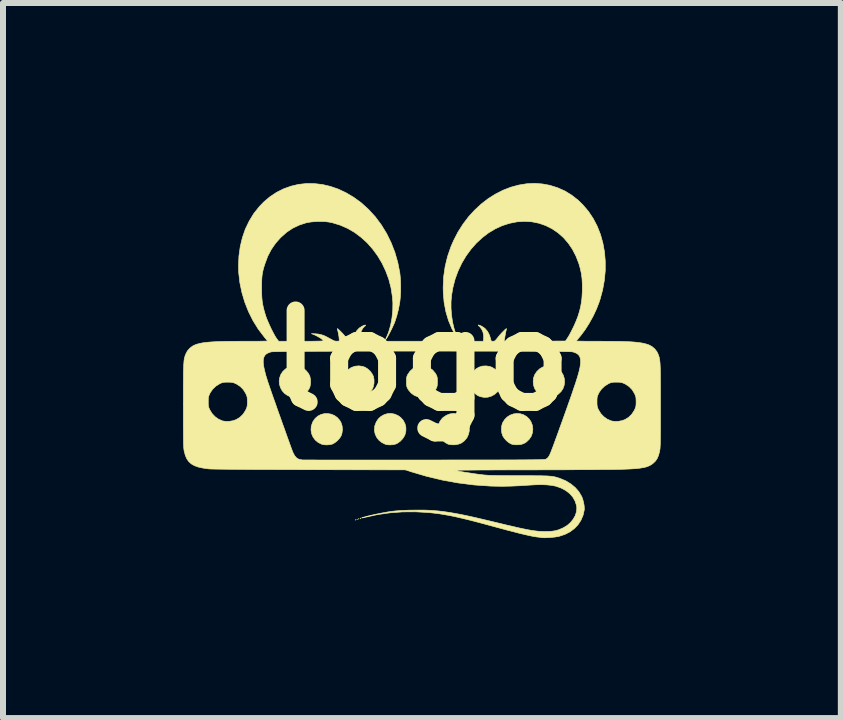
<source format=kicad_pcb>
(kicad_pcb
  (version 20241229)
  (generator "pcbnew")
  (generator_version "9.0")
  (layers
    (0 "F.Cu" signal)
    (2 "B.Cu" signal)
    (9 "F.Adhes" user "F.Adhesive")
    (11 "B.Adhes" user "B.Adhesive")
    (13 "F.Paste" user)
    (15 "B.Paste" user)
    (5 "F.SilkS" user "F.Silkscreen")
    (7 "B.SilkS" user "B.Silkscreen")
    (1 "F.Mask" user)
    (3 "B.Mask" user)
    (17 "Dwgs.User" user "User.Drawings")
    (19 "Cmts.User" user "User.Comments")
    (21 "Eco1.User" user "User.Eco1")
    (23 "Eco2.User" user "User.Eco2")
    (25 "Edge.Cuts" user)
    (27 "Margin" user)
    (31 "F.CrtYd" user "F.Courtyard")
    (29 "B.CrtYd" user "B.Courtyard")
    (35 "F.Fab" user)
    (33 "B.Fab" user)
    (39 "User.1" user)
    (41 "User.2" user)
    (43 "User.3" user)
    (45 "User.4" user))
  (footprint "logo"
    (layer "F.Cu")
    (at 3.98 2.958)
    (property "Reference" "logo" (at 0 0 0) (layer "F.SilkS") (effects (font (size 1.524 1.524) (thickness 0.3))))
    (attr through_hole)
    (fp_poly (pts (xy -1.101 2.654) (xy -1.105 2.659) (xy -1.109 2.654) (xy -1.105 2.65) (xy -1.101 2.654)) (stroke (width 0.01) (type solid)) (fill yes) (layer "F.SilkS"))
    (fp_poly (pts (xy -1.075 2.646) (xy -1.079 2.65) (xy -1.084 2.646) (xy -1.079 2.642) (xy -1.075 2.646)) (stroke (width 0.01) (type solid)) (fill yes) (layer "F.SilkS"))
    (fp_poly (pts (xy -1.05 2.637) (xy -1.054 2.642) (xy -1.058 2.637) (xy -1.054 2.633) (xy -1.05 2.637)) (stroke (width 0.01) (type solid)) (fill yes) (layer "F.SilkS"))
    (fp_poly (pts (xy -1.019 2.627) (xy -1.02 2.633) (xy -1.024 2.633) (xy -1.031 2.63) (xy -1.03 2.627) (xy -1.02 2.626) (xy -1.019 2.627)) (stroke (width 0.01) (type solid)) (fill yes) (layer "F.SilkS"))
    (fp_poly (pts (xy -0.991 0.096) (xy -0.95 0.11) (xy -0.907 0.136) (xy -0.866 0.173) (xy -0.832 0.217) (xy -0.809 0.261) (xy -0.808 0.263) (xy -0.798 0.318) (xy -0.798 0.378) (xy -0.81 0.436) (xy -0.824 0.471) (xy -0.858 0.521) (xy -0.903 0.562) (xy -0.956 0.592) (xy -1.013 0.61) (xy -1.072 0.614) (xy -1.118 0.607) (xy -1.183 0.581) (xy -1.237 0.543) (xy -1.278 0.493) (xy -1.304 0.442) (xy -1.319 0.38) (xy -1.318 0.318) (xy -1.302 0.258) (xy -1.274 0.203) (xy -1.232 0.155) (xy -1.18 0.118) (xy -1.17 0.113) (xy -1.114 0.094) (xy -1.052 0.088) (xy -0.991 0.096)) (stroke (width 0.01) (type solid)) (fill yes) (layer "F.SilkS"))
    (fp_poly (pts (xy -0.454 0.892) (xy -0.397 0.917) (xy -0.353 0.949) (xy -0.311 0.996) (xy -0.282 1.052) (xy -0.267 1.112) (xy -0.267 1.174) (xy -0.282 1.235) (xy -0.291 1.255) (xy -0.321 1.302) (xy -0.362 1.345) (xy -0.407 1.377) (xy -0.437 1.391) (xy -0.48 1.401) (xy -0.53 1.405) (xy -0.578 1.402) (xy -0.611 1.394) (xy -0.67 1.364) (xy -0.719 1.324) (xy -0.757 1.274) (xy -0.781 1.218) (xy -0.792 1.158) (xy -0.786 1.095) (xy -0.784 1.084) (xy -0.76 1.022) (xy -0.725 0.97) (xy -0.681 0.93) (xy -0.629 0.901) (xy -0.573 0.884) (xy -0.514 0.881) (xy -0.454 0.892)) (stroke (width 0.01) (type solid)) (fill yes) (layer "F.SilkS"))
    (fp_poly (pts (xy -1.51 0.893) (xy -1.456 0.916) (xy -1.408 0.951) (xy -1.368 0.998) (xy -1.349 1.031) (xy -1.33 1.088) (xy -1.324 1.149) (xy -1.332 1.21) (xy -1.345 1.251) (xy -1.37 1.292) (xy -1.405 1.331) (xy -1.446 1.365) (xy -1.487 1.389) (xy -1.496 1.392) (xy -1.537 1.401) (xy -1.586 1.405) (xy -1.633 1.402) (xy -1.669 1.394) (xy -1.729 1.364) (xy -1.778 1.323) (xy -1.814 1.274) (xy -1.838 1.218) (xy -1.848 1.157) (xy -1.844 1.095) (xy -1.823 1.032) (xy -1.814 1.014) (xy -1.778 0.963) (xy -1.732 0.924) (xy -1.681 0.898) (xy -1.625 0.884) (xy -1.567 0.883) (xy -1.51 0.893)) (stroke (width 0.01) (type solid)) (fill yes) (layer "F.SilkS"))
    (fp_poly (pts (xy 0.587 0.888) (xy 0.644 0.908) (xy 0.696 0.941) (xy 0.74 0.988) (xy 0.745 0.995) (xy 0.775 1.052) (xy 0.789 1.112) (xy 0.789 1.173) (xy 0.775 1.232) (xy 0.749 1.287) (xy 0.709 1.335) (xy 0.658 1.373) (xy 0.649 1.378) (xy 0.604 1.394) (xy 0.551 1.403) (xy 0.497 1.403) (xy 0.449 1.396) (xy 0.433 1.391) (xy 0.388 1.366) (xy 0.345 1.329) (xy 0.309 1.286) (xy 0.291 1.255) (xy 0.27 1.195) (xy 0.266 1.133) (xy 0.276 1.072) (xy 0.3 1.014) (xy 0.337 0.964) (xy 0.353 0.949) (xy 0.407 0.912) (xy 0.465 0.889) (xy 0.526 0.881) (xy 0.587 0.888)) (stroke (width 0.01) (type solid)) (fill yes) (layer "F.SilkS"))
    (fp_poly (pts (xy 1.131 0.098) (xy 1.17 0.113) (xy 1.225 0.148) (xy 1.268 0.195) (xy 1.299 0.249) (xy 1.316 0.308) (xy 1.319 0.371) (xy 1.306 0.433) (xy 1.292 0.469) (xy 1.258 0.521) (xy 1.212 0.562) (xy 1.159 0.592) (xy 1.1 0.61) (xy 1.039 0.613) (xy 0.992 0.605) (xy 0.956 0.594) (xy 0.929 0.582) (xy 0.904 0.565) (xy 0.879 0.544) (xy 0.84 0.498) (xy 0.813 0.443) (xy 0.798 0.382) (xy 0.797 0.319) (xy 0.808 0.263) (xy 0.83 0.219) (xy 0.864 0.175) (xy 0.905 0.137) (xy 0.948 0.111) (xy 0.95 0.11) (xy 1.008 0.092) (xy 1.07 0.089) (xy 1.131 0.098)) (stroke (width 0.01) (type solid)) (fill yes) (layer "F.SilkS"))
    (fp_poly (pts (xy -2.05 0.096) (xy -2.009 0.11) (xy -1.968 0.134) (xy -1.928 0.169) (xy -1.894 0.21) (xy -1.871 0.251) (xy -1.868 0.259) (xy -1.857 0.31) (xy -1.855 0.366) (xy -1.862 0.421) (xy -1.868 0.445) (xy -1.889 0.485) (xy -1.92 0.525) (xy -1.959 0.56) (xy -1.999 0.587) (xy -2.019 0.595) (xy -2.087 0.612) (xy -2.146 0.613) (xy -2.177 0.607) (xy -2.238 0.582) (xy -2.289 0.547) (xy -2.328 0.503) (xy -2.356 0.452) (xy -2.373 0.398) (xy -2.378 0.342) (xy -2.37 0.286) (xy -2.351 0.232) (xy -2.319 0.183) (xy -2.274 0.141) (xy -2.228 0.113) (xy -2.172 0.094) (xy -2.111 0.088) (xy -2.05 0.096)) (stroke (width 0.01) (type solid)) (fill yes) (layer "F.SilkS"))
    (fp_poly (pts (xy 1.639 0.886) (xy 1.694 0.903) (xy 1.745 0.933) (xy 1.788 0.975) (xy 1.815 1.015) (xy 1.84 1.077) (xy 1.848 1.14) (xy 1.842 1.202) (xy 1.822 1.26) (xy 1.787 1.312) (xy 1.74 1.357) (xy 1.7 1.381) (xy 1.661 1.395) (xy 1.613 1.402) (xy 1.562 1.403) (xy 1.516 1.398) (xy 1.491 1.391) (xy 1.449 1.368) (xy 1.408 1.334) (xy 1.372 1.294) (xy 1.346 1.253) (xy 1.345 1.251) (xy 1.33 1.201) (xy 1.325 1.146) (xy 1.329 1.091) (xy 1.342 1.043) (xy 1.343 1.04) (xy 1.377 0.985) (xy 1.42 0.941) (xy 1.47 0.909) (xy 1.525 0.889) (xy 1.582 0.881) (xy 1.639 0.886)) (stroke (width 0.01) (type solid)) (fill yes) (layer "F.SilkS"))
    (fp_poly (pts (xy 2.155 0.091) (xy 2.185 0.095) (xy 2.213 0.105) (xy 2.228 0.113) (xy 2.282 0.147) (xy 2.325 0.191) (xy 2.355 0.242) (xy 2.372 0.297) (xy 2.377 0.355) (xy 2.37 0.412) (xy 2.351 0.466) (xy 2.319 0.515) (xy 2.275 0.557) (xy 2.235 0.582) (xy 2.174 0.606) (xy 2.116 0.614) (xy 2.058 0.607) (xy 2.05 0.605) (xy 1.998 0.586) (xy 1.956 0.56) (xy 1.916 0.522) (xy 1.914 0.52) (xy 1.88 0.469) (xy 1.86 0.412) (xy 1.854 0.351) (xy 1.86 0.289) (xy 1.88 0.235) (xy 1.914 0.184) (xy 1.923 0.174) (xy 1.968 0.133) (xy 2.017 0.106) (xy 2.073 0.092) (xy 2.117 0.09) (xy 2.155 0.091)) (stroke (width 0.01) (type solid)) (fill yes) (layer "F.SilkS"))
    (fp_poly (pts (xy 0.067 0.098) (xy 0.128 0.121) (xy 0.179 0.158) (xy 0.222 0.209) (xy 0.236 0.232) (xy 0.247 0.256) (xy 0.254 0.278) (xy 0.257 0.305) (xy 0.258 0.341) (xy 0.258 0.351) (xy 0.257 0.392) (xy 0.254 0.421) (xy 0.248 0.444) (xy 0.24 0.462) (xy 0.202 0.52) (xy 0.156 0.562) (xy 0.101 0.593) (xy 0.062 0.605) (xy 0.026 0.614) (xy -0.001 0.617) (xy -0.026 0.614) (xy -0.058 0.607) (xy -0.06 0.606) (xy -0.125 0.581) (xy -0.179 0.542) (xy -0.223 0.49) (xy -0.24 0.462) (xy -0.249 0.441) (xy -0.255 0.418) (xy -0.258 0.387) (xy -0.258 0.351) (xy -0.257 0.312) (xy -0.255 0.284) (xy -0.249 0.261) (xy -0.239 0.238) (xy -0.236 0.232) (xy -0.197 0.176) (xy -0.149 0.133) (xy -0.092 0.105) (xy -0.027 0.091) (xy 0 0.09) (xy 0.067 0.098)) (stroke (width 0.01) (type solid)) (fill yes) (layer "F.SilkS"))
    (fp_poly (pts (xy 2.008 -2.943) (xy 2.129 -2.921) (xy 2.26 -2.88) (xy 2.382 -2.826) (xy 2.496 -2.756) (xy 2.603 -2.672) (xy 2.681 -2.596) (xy 2.774 -2.487) (xy 2.854 -2.367) (xy 2.921 -2.239) (xy 2.975 -2.102) (xy 3.015 -1.959) (xy 3.042 -1.81) (xy 3.055 -1.656) (xy 3.055 -1.498) (xy 3.04 -1.339) (xy 3.011 -1.177) (xy 2.967 -1.016) (xy 2.953 -0.974) (xy 2.908 -0.857) (xy 2.852 -0.738) (xy 2.787 -0.621) (xy 2.717 -0.511) (xy 2.643 -0.412) (xy 2.629 -0.396) (xy 2.606 -0.368) (xy 2.588 -0.345) (xy 2.576 -0.33) (xy 2.574 -0.326) (xy 2.582 -0.325) (xy 2.606 -0.324) (xy 2.643 -0.324) (xy 2.692 -0.323) (xy 2.751 -0.322) (xy 2.819 -0.322) (xy 2.894 -0.322) (xy 2.97 -0.322) (xy 3.1 -0.321) (xy 3.214 -0.32) (xy 3.315 -0.319) (xy 3.402 -0.316) (xy 3.478 -0.313) (xy 3.544 -0.308) (xy 3.601 -0.302) (xy 3.651 -0.295) (xy 3.694 -0.287) (xy 3.733 -0.277) (xy 3.769 -0.266) (xy 3.78 -0.262) (xy 3.833 -0.234) (xy 3.88 -0.194) (xy 3.917 -0.146) (xy 3.935 -0.108) (xy 3.942 -0.09) (xy 3.948 -0.072) (xy 3.954 -0.053) (xy 3.958 -0.033) (xy 3.962 -0.01) (xy 3.965 0.016) (xy 3.968 0.048) (xy 3.97 0.086) (xy 3.972 0.132) (xy 3.973 0.187) (xy 3.974 0.251) (xy 3.974 0.327) (xy 3.975 0.415) (xy 3.975 0.516) (xy 3.975 0.632) (xy 3.975 0.749) (xy 3.975 0.875) (xy 3.975 0.985) (xy 3.975 1.08) (xy 3.975 1.162) (xy 3.974 1.232) (xy 3.974 1.291) (xy 3.973 1.34) (xy 3.972 1.381) (xy 3.971 1.414) (xy 3.969 1.441) (xy 3.968 1.463) (xy 3.966 1.481) (xy 3.963 1.497) (xy 3.961 1.511) (xy 3.96 1.515) (xy 3.943 1.578) (xy 3.922 1.629) (xy 3.894 1.671) (xy 3.862 1.703) (xy 3.834 1.726) (xy 3.803 1.745) (xy 3.769 1.761) (xy 3.728 1.775) (xy 3.68 1.785) (xy 3.623 1.794) (xy 3.554 1.801) (xy 3.473 1.806) (xy 3.378 1.81) (xy 3.319 1.812) (xy 3.28 1.813) (xy 3.225 1.814) (xy 3.156 1.815) (xy 3.074 1.816) (xy 2.979 1.816) (xy 2.873 1.817) (xy 2.758 1.818) (xy 2.634 1.818) (xy 2.503 1.819) (xy 2.365 1.82) (xy 2.222 1.82) (xy 2.076 1.82) (xy 1.926 1.821) (xy 1.786 1.821) (xy 1.631 1.821) (xy 1.482 1.821) (xy 1.341 1.822) (xy 1.21 1.822) (xy 1.088 1.823) (xy 0.976 1.823) (xy 0.875 1.824) (xy 0.786 1.825) (xy 0.71 1.825) (xy 0.647 1.826) (xy 0.598 1.827) (xy 0.564 1.828) (xy 0.545 1.829) (xy 0.542 1.829) (xy 0.569 1.835) (xy 0.611 1.843) (xy 0.662 1.852) (xy 0.721 1.862) (xy 0.783 1.871) (xy 0.846 1.881) (xy 0.907 1.89) (xy 0.962 1.897) (xy 1.003 1.902) (xy 1.034 1.906) (xy 1.065 1.908) (xy 1.1 1.911) (xy 1.139 1.913) (xy 1.184 1.914) (xy 1.237 1.915) (xy 1.299 1.916) (xy 1.372 1.917) (xy 1.459 1.917) (xy 1.559 1.918) (xy 1.626 1.918) (xy 1.735 1.918) (xy 1.828 1.918) (xy 1.908 1.919) (xy 1.976 1.919) (xy 2.033 1.921) (xy 2.081 1.922) (xy 2.121 1.925) (xy 2.155 1.928) (xy 2.184 1.932) (xy 2.211 1.937) (xy 2.236 1.943) (xy 2.261 1.951) (xy 2.288 1.959) (xy 2.306 1.966) (xy 2.398 2.004) (xy 2.481 2.055) (xy 2.554 2.115) (xy 2.615 2.185) (xy 2.661 2.263) (xy 2.663 2.266) (xy 2.679 2.308) (xy 2.692 2.358) (xy 2.702 2.409) (xy 2.706 2.457) (xy 2.705 2.489) (xy 2.685 2.578) (xy 2.65 2.66) (xy 2.602 2.734) (xy 2.541 2.798) (xy 2.468 2.853) (xy 2.384 2.896) (xy 2.29 2.927) (xy 2.263 2.933) (xy 2.227 2.939) (xy 2.182 2.944) (xy 2.133 2.948) (xy 2.084 2.951) (xy 2.041 2.952) (xy 2.009 2.951) (xy 2.002 2.95) (xy 1.982 2.947) (xy 1.951 2.943) (xy 1.915 2.939) (xy 1.901 2.937) (xy 1.857 2.93) (xy 1.797 2.918) (xy 1.722 2.901) (xy 1.632 2.88) (xy 1.529 2.853) (xy 1.412 2.823) (xy 1.283 2.788) (xy 1.164 2.756) (xy 1.017 2.716) (xy 0.885 2.681) (xy 0.764 2.65) (xy 0.655 2.624) (xy 0.555 2.601) (xy 0.462 2.582) (xy 0.375 2.567) (xy 0.292 2.553) (xy 0.211 2.543) (xy 0.13 2.534) (xy 0.114 2.532) (xy -0.103 2.52) (xy -0.32 2.521) (xy -0.534 2.537) (xy -0.744 2.567) (xy -0.934 2.609) (xy -0.966 2.616) (xy -0.99 2.621) (xy -1.003 2.623) (xy -1.004 2.622) (xy -0.999 2.618) (xy -0.979 2.612) (xy -0.947 2.603) (xy -0.907 2.592) (xy -0.86 2.581) (xy -0.809 2.569) (xy -0.756 2.558) (xy -0.715 2.549) (xy -0.634 2.534) (xy -0.562 2.521) (xy -0.495 2.511) (xy -0.428 2.504) (xy -0.359 2.499) (xy -0.282 2.495) (xy -0.195 2.492) (xy -0.148 2.492) (xy -0.058 2.491) (xy 0.029 2.491) (xy 0.112 2.494) (xy 0.194 2.499) (xy 0.276 2.506) (xy 0.361 2.516) (xy 0.451 2.529) (xy 0.545 2.545) (xy 0.648 2.564) (xy 0.759 2.587) (xy 0.881 2.614) (xy 1.017 2.646) (xy 1.166 2.681) (xy 1.181 2.685) (xy 1.307 2.715) (xy 1.418 2.742) (xy 1.515 2.764) (xy 1.6 2.784) (xy 1.674 2.8) (xy 1.738 2.813) (xy 1.795 2.824) (xy 1.845 2.832) (xy 1.89 2.838) (xy 1.932 2.843) (xy 1.97 2.846) (xy 2.008 2.847) (xy 2.046 2.848) (xy 2.049 2.848) (xy 2.121 2.847) (xy 2.18 2.842) (xy 2.233 2.833) (xy 2.282 2.818) (xy 2.334 2.796) (xy 2.354 2.787) (xy 2.419 2.748) (xy 2.475 2.7) (xy 2.52 2.644) (xy 2.554 2.584) (xy 2.575 2.521) (xy 2.581 2.458) (xy 2.576 2.415) (xy 2.552 2.341) (xy 2.513 2.273) (xy 2.46 2.214) (xy 2.394 2.163) (xy 2.315 2.122) (xy 2.225 2.091) (xy 2.222 2.091) (xy 2.16 2.079) (xy 2.083 2.071) (xy 1.995 2.067) (xy 1.898 2.069) (xy 1.808 2.074) (xy 1.638 2.085) (xy 1.483 2.092) (xy 1.34 2.095) (xy 1.208 2.093) (xy 1.139 2.091) (xy 0.865 2.072) (xy 0.598 2.038) (xy 0.335 1.99) (xy 0.073 1.927) (xy -0.174 1.854) (xy -0.275 1.821) (xy -1.871 1.818) (xy -2.087 1.817) (xy -2.286 1.817) (xy -2.469 1.816) (xy -2.636 1.815) (xy -2.788 1.815) (xy -2.925 1.814) (xy -3.047 1.813) (xy -3.156 1.812) (xy -3.25 1.811) (xy -3.332 1.81) (xy -3.4 1.809) (xy -3.456 1.808) (xy -3.5 1.807) (xy -3.532 1.806) (xy -3.553 1.805) (xy -3.556 1.804) (xy -3.649 1.791) (xy -3.727 1.774) (xy -3.791 1.751) (xy -3.843 1.721) (xy -3.884 1.684) (xy -3.916 1.639) (xy -3.941 1.583) (xy -3.959 1.517) (xy -3.96 1.515) (xy -3.963 1.501) (xy -3.965 1.486) (xy -3.967 1.469) (xy -3.969 1.448) (xy -3.97 1.423) (xy -3.972 1.391) (xy -3.973 1.353) (xy -3.973 1.307) (xy -3.974 1.251) (xy -3.974 1.184) (xy -3.975 1.106) (xy -3.975 1.015) (xy -3.975 0.909) (xy -3.975 0.788) (xy -3.975 0.749) (xy -3.975 0.686) (xy -3.56 0.686) (xy -3.56 0.726) (xy -3.557 0.755) (xy -3.552 0.779) (xy -3.542 0.805) (xy -3.534 0.821) (xy -3.497 0.882) (xy -3.447 0.935) (xy -3.389 0.976) (xy -3.325 1.004) (xy -3.313 1.007) (xy -3.262 1.014) (xy -3.205 1.012) (xy -3.147 1.002) (xy -3.096 0.984) (xy -3.095 0.984) (xy -3.032 0.945) (xy -2.98 0.894) (xy -2.939 0.831) (xy -2.935 0.823) (xy -2.922 0.794) (xy -2.914 0.77) (xy -2.91 0.744) (xy -2.908 0.712) (xy -2.908 0.686) (xy -2.909 0.646) (xy -2.911 0.617) (xy -2.917 0.592) (xy -2.927 0.567) (xy -2.935 0.549) (xy -2.975 0.484) (xy -3.027 0.431) (xy -3.09 0.39) (xy -3.097 0.387) (xy -3.126 0.374) (xy -3.15 0.366) (xy -3.176 0.362) (xy -3.208 0.36) (xy -3.234 0.36) (xy -3.274 0.36) (xy -3.304 0.363) (xy -3.328 0.368) (xy -3.353 0.378) (xy -3.37 0.386) (xy -3.432 0.425) (xy -3.486 0.476) (xy -3.528 0.537) (xy -3.534 0.55) (xy -3.547 0.579) (xy -3.555 0.603) (xy -3.559 0.628) (xy -3.56 0.662) (xy -3.56 0.686) (xy -3.975 0.686) (xy -3.975 0.619) (xy -3.975 0.505) (xy -3.975 0.405) (xy -3.974 0.318) (xy -3.974 0.244) (xy -3.973 0.181) (xy -3.971 0.127) (xy -3.97 0.082) (xy -3.967 0.045) (xy -3.966 0.033) (xy -2.644 0.033) (xy -2.637 0.093) (xy -2.622 0.165) (xy -2.6 0.25) (xy -2.569 0.349) (xy -2.558 0.382) (xy -2.542 0.428) (xy -2.523 0.484) (xy -2.5 0.551) (xy -2.474 0.625) (xy -2.445 0.705) (xy -2.416 0.79) (xy -2.385 0.877) (xy -2.353 0.966) (xy -2.322 1.054) (xy -2.291 1.139) (xy -2.262 1.221) (xy -2.235 1.297) (xy -2.21 1.365) (xy -2.189 1.424) (xy -2.171 1.473) (xy -2.158 1.508) (xy -2.149 1.53) (xy -2.149 1.53) (xy -2.121 1.584) (xy -2.089 1.621) (xy -2.052 1.643) (xy -2.034 1.647) (xy -2.011 1.651) (xy -1.996 1.655) (xy -1.994 1.655) (xy -1.985 1.656) (xy -1.959 1.656) (xy -1.919 1.656) (xy -1.863 1.656) (xy -1.794 1.656) (xy -1.711 1.657) (xy -1.616 1.657) (xy -1.509 1.657) (xy -1.391 1.657) (xy -1.263 1.657) (xy -1.125 1.657) (xy -0.978 1.657) (xy -0.823 1.657) (xy -0.661 1.657) (xy -0.493 1.657) (xy -0.318 1.657) (xy -0.139 1.657) (xy 0.03 1.657) (xy 0.248 1.657) (xy 0.449 1.656) (xy 0.635 1.656) (xy 0.806 1.656) (xy 0.963 1.656) (xy 1.106 1.656) (xy 1.235 1.656) (xy 1.353 1.655) (xy 1.458 1.655) (xy 1.553 1.655) (xy 1.637 1.654) (xy 1.711 1.654) (xy 1.776 1.653) (xy 1.832 1.653) (xy 1.88 1.652) (xy 1.921 1.652) (xy 1.956 1.651) (xy 1.984 1.65) (xy 2.007 1.649) (xy 2.026 1.648) (xy 2.04 1.647) (xy 2.051 1.646) (xy 2.059 1.644) (xy 2.065 1.643) (xy 2.069 1.641) (xy 2.073 1.639) (xy 2.074 1.638) (xy 2.098 1.619) (xy 2.12 1.588) (xy 2.131 1.566) (xy 2.139 1.549) (xy 2.152 1.517) (xy 2.169 1.472) (xy 2.19 1.417) (xy 2.214 1.351) (xy 2.241 1.278) (xy 2.27 1.198) (xy 2.3 1.114) (xy 2.332 1.026) (xy 2.364 0.937) (xy 2.396 0.847) (xy 2.427 0.76) (xy 2.453 0.686) (xy 2.917 0.686) (xy 2.917 0.726) (xy 2.92 0.755) (xy 2.925 0.779) (xy 2.935 0.805) (xy 2.943 0.821) (xy 2.98 0.882) (xy 3.03 0.935) (xy 3.088 0.976) (xy 3.152 1.004) (xy 3.164 1.007) (xy 3.215 1.014) (xy 3.272 1.012) (xy 3.33 1.002) (xy 3.381 0.984) (xy 3.382 0.984) (xy 3.445 0.945) (xy 3.497 0.894) (xy 3.538 0.831) (xy 3.542 0.823) (xy 3.555 0.794) (xy 3.563 0.77) (xy 3.567 0.744) (xy 3.569 0.712) (xy 3.569 0.686) (xy 3.568 0.646) (xy 3.566 0.617) (xy 3.56 0.592) (xy 3.55 0.567) (xy 3.542 0.549) (xy 3.502 0.484) (xy 3.45 0.431) (xy 3.387 0.39) (xy 3.38 0.387) (xy 3.351 0.374) (xy 3.327 0.366) (xy 3.301 0.362) (xy 3.269 0.36) (xy 3.243 0.36) (xy 3.203 0.36) (xy 3.173 0.363) (xy 3.149 0.368) (xy 3.124 0.378) (xy 3.107 0.386) (xy 3.045 0.425) (xy 2.991 0.476) (xy 2.949 0.537) (xy 2.943 0.55) (xy 2.93 0.579) (xy 2.922 0.603) (xy 2.918 0.628) (xy 2.917 0.662) (xy 2.917 0.686) (xy 2.453 0.686) (xy 2.457 0.675) (xy 2.485 0.596) (xy 2.51 0.523) (xy 2.532 0.457) (xy 2.551 0.402) (xy 2.56 0.376) (xy 2.592 0.274) (xy 2.617 0.187) (xy 2.634 0.112) (xy 2.643 0.049) (xy 2.644 -0.003) (xy 2.637 -0.045) (xy 2.623 -0.079) (xy 2.6 -0.105) (xy 2.568 -0.125) (xy 2.529 -0.14) (xy 2.508 -0.146) (xy 2.494 -0.147) (xy 2.465 -0.148) (xy 2.42 -0.149) (xy 2.36 -0.15) (xy 2.287 -0.151) (xy 2.201 -0.152) (xy 2.104 -0.152) (xy 1.995 -0.153) (xy 1.875 -0.154) (xy 1.746 -0.155) (xy 1.608 -0.155) (xy 1.463 -0.156) (xy 1.31 -0.156) (xy 1.151 -0.157) (xy 0.987 -0.157) (xy 0.818 -0.157) (xy 0.645 -0.157) (xy 0.469 -0.158) (xy 0.291 -0.158) (xy 0.112 -0.158) (xy -0.068 -0.158) (xy -0.247 -0.158) (xy -0.425 -0.158) (xy -0.602 -0.158) (xy -0.775 -0.157) (xy -0.945 -0.157) (xy -1.111 -0.157) (xy -1.271 -0.156) (xy -1.426 -0.156) (xy -1.573 -0.155) (xy -1.713 -0.155) (xy -1.844 -0.154) (xy -1.966 -0.153) (xy -2.077 -0.153) (xy -2.178 -0.152) (xy -2.267 -0.151) (xy -2.343 -0.15) (xy -2.406 -0.149) (xy -2.455 -0.148) (xy -2.488 -0.147) (xy -2.506 -0.146) (xy -2.508 -0.146) (xy -2.552 -0.132) (xy -2.588 -0.114) (xy -2.615 -0.089) (xy -2.633 -0.057) (xy -2.643 -0.017) (xy -2.644 0.033) (xy -3.966 0.033) (xy -3.965 0.013) (xy -3.962 -0.013) (xy -3.958 -0.035) (xy -3.953 -0.055) (xy -3.948 -0.073) (xy -3.942 -0.091) (xy -3.935 -0.108) (xy -3.908 -0.16) (xy -3.868 -0.206) (xy -3.819 -0.243) (xy -3.78 -0.262) (xy -3.745 -0.274) (xy -3.708 -0.284) (xy -3.666 -0.293) (xy -3.619 -0.3) (xy -3.564 -0.306) (xy -3.501 -0.311) (xy -3.429 -0.315) (xy -3.345 -0.318) (xy -3.249 -0.32) (xy -3.14 -0.321) (xy -3.015 -0.322) (xy -2.97 -0.322) (xy -2.89 -0.322) (xy -2.815 -0.322) (xy -2.747 -0.322) (xy -2.689 -0.323) (xy -2.64 -0.324) (xy -2.604 -0.324) (xy -2.581 -0.325) (xy -2.574 -0.326) (xy -2.579 -0.334) (xy -2.593 -0.352) (xy -2.613 -0.376) (xy -2.629 -0.396) (xy -2.728 -0.526) (xy -2.815 -0.667) (xy -2.89 -0.817) (xy -2.952 -0.974) (xy -3 -1.136) (xy -3.034 -1.301) (xy -3.053 -1.468) (xy -3.056 -1.579) (xy -3.049 -1.742) (xy -3.027 -1.899) (xy -2.991 -2.049) (xy -2.942 -2.191) (xy -2.878 -2.324) (xy -2.802 -2.449) (xy -2.712 -2.562) (xy -2.639 -2.639) (xy -2.534 -2.728) (xy -2.422 -2.803) (xy -2.304 -2.862) (xy -2.181 -2.906) (xy -2.055 -2.936) (xy -1.925 -2.95) (xy -1.793 -2.949) (xy -1.66 -2.934) (xy -1.528 -2.903) (xy -1.396 -2.858) (xy -1.266 -2.797) (xy -1.139 -2.722) (xy -1.015 -2.632) (xy -1.011 -2.629) (xy -0.889 -2.518) (xy -0.777 -2.396) (xy -0.677 -2.262) (xy -0.588 -2.117) (xy -0.513 -1.964) (xy -0.45 -1.802) (xy -0.402 -1.634) (xy -0.368 -1.461) (xy -0.361 -1.394) (xy -0.356 -1.315) (xy -0.354 -1.231) (xy -0.355 -1.146) (xy -0.359 -1.066) (xy -0.366 -0.995) (xy -0.368 -0.978) (xy -0.39 -0.858) (xy -0.419 -0.744) (xy -0.449 -0.652) (xy -0.463 -0.616) (xy -0.483 -0.572) (xy -0.505 -0.525) (xy -0.529 -0.477) (xy -0.552 -0.434) (xy -0.572 -0.397) (xy -0.589 -0.371) (xy -0.593 -0.364) (xy -0.611 -0.343) (xy -0.598 -0.369) (xy -0.555 -0.473) (xy -0.522 -0.587) (xy -0.499 -0.709) (xy -0.486 -0.835) (xy -0.484 -0.962) (xy -0.492 -1.065) (xy -0.515 -1.213) (xy -0.552 -1.356) (xy -0.603 -1.493) (xy -0.665 -1.624) (xy -0.738 -1.746) (xy -0.821 -1.859) (xy -0.913 -1.963) (xy -1.015 -2.055) (xy -1.123 -2.136) (xy -1.239 -2.203) (xy -1.36 -2.256) (xy -1.487 -2.295) (xy -1.55 -2.308) (xy -1.616 -2.316) (xy -1.691 -2.318) (xy -1.769 -2.317) (xy -1.845 -2.31) (xy -1.912 -2.299) (xy -1.927 -2.296) (xy -2.043 -2.258) (xy -2.151 -2.207) (xy -2.252 -2.14) (xy -2.346 -2.057) (xy -2.354 -2.05) (xy -2.439 -1.954) (xy -2.51 -1.851) (xy -2.568 -1.74) (xy -2.614 -1.617) (xy -2.614 -1.617) (xy -2.633 -1.558) (xy -2.647 -1.506) (xy -2.657 -1.459) (xy -2.664 -1.411) (xy -2.668 -1.36) (xy -2.67 -1.301) (xy -2.671 -1.23) (xy -2.671 -1.211) (xy -2.67 -1.123) (xy -2.667 -1.048) (xy -2.66 -0.981) (xy -2.649 -0.917) (xy -2.634 -0.852) (xy -2.614 -0.782) (xy -2.602 -0.743) (xy -2.585 -0.696) (xy -2.562 -0.642) (xy -2.536 -0.583) (xy -2.508 -0.523) (xy -2.479 -0.467) (xy -2.452 -0.417) (xy -2.428 -0.377) (xy -2.417 -0.362) (xy -2.387 -0.322) (xy -2.015 -0.322) (xy -1.937 -0.322) (xy -1.865 -0.322) (xy -1.8 -0.323) (xy -1.744 -0.324) (xy -1.699 -0.325) (xy -1.666 -0.326) (xy -1.647 -0.328) (xy -1.643 -0.329) (xy -1.65 -0.341) (xy -1.669 -0.358) (xy -1.697 -0.379) (xy -1.732 -0.399) (xy -1.768 -0.419) (xy -1.799 -0.432) (xy -1.841 -0.449) (xy -1.77 -0.446) (xy -1.722 -0.441) (xy -1.679 -0.432) (xy -1.635 -0.418) (xy -1.587 -0.395) (xy -1.53 -0.364) (xy -1.529 -0.364) (xy -1.493 -0.344) (xy -1.467 -0.331) (xy -1.447 -0.325) (xy -1.428 -0.323) (xy -1.415 -0.323) (xy -1.376 -0.326) (xy -1.379 -0.364) (xy -1.382 -0.395) (xy -1.388 -0.433) (xy -1.396 -0.472) (xy -1.404 -0.507) (xy -1.41 -0.529) (xy -1.408 -0.533) (xy -1.397 -0.526) (xy -1.38 -0.51) (xy -1.357 -0.488) (xy -1.331 -0.462) (xy -1.305 -0.434) (xy -1.281 -0.405) (xy -1.26 -0.379) (xy -1.26 -0.379) (xy -1.238 -0.351) (xy -1.222 -0.334) (xy -1.209 -0.325) (xy -1.195 -0.322) (xy -1.185 -0.322) (xy -1.166 -0.323) (xy -1.156 -0.328) (xy -1.149 -0.341) (xy -1.144 -0.365) (xy -1.121 -0.435) (xy -1.088 -0.495) (xy -1.044 -0.542) (xy -0.998 -0.572) (xy -0.968 -0.586) (xy -0.947 -0.592) (xy -0.938 -0.591) (xy -0.941 -0.583) (xy -0.955 -0.571) (xy -0.987 -0.536) (xy -1.011 -0.49) (xy -1.026 -0.438) (xy -1.03 -0.384) (xy -1.028 -0.363) (xy -1.022 -0.322) (xy 1.022 -0.322) (xy 1.028 -0.363) (xy 1.028 -0.417) (xy 1.018 -0.471) (xy 0.997 -0.519) (xy 0.968 -0.559) (xy 0.955 -0.571) (xy 0.94 -0.585) (xy 0.938 -0.592) (xy 0.949 -0.592) (xy 0.971 -0.584) (xy 0.998 -0.572) (xy 1.05 -0.536) (xy 1.093 -0.487) (xy 1.125 -0.426) (xy 1.144 -0.365) (xy 1.15 -0.34) (xy 1.156 -0.327) (xy 1.167 -0.322) (xy 1.185 -0.322) (xy 1.201 -0.323) (xy 1.215 -0.328) (xy 1.228 -0.34) (xy 1.246 -0.361) (xy 1.26 -0.379) (xy 1.281 -0.405) (xy 1.305 -0.433) (xy 1.331 -0.462) (xy 1.357 -0.488) (xy 1.379 -0.51) (xy 1.397 -0.526) (xy 1.408 -0.533) (xy 1.41 -0.529) (xy 1.41 -0.529) (xy 1.405 -0.511) (xy 1.398 -0.48) (xy 1.391 -0.443) (xy 1.384 -0.404) (xy 1.378 -0.369) (xy 1.376 -0.358) (xy 1.371 -0.322) (xy 1.414 -0.322) (xy 1.437 -0.323) (xy 1.459 -0.329) (xy 1.485 -0.34) (xy 1.519 -0.358) (xy 1.53 -0.364) (xy 1.588 -0.396) (xy 1.636 -0.418) (xy 1.68 -0.433) (xy 1.723 -0.442) (xy 1.77 -0.446) (xy 1.841 -0.449) (xy 1.799 -0.432) (xy 1.763 -0.416) (xy 1.726 -0.396) (xy 1.692 -0.375) (xy 1.665 -0.355) (xy 1.648 -0.339) (xy 1.643 -0.329) (xy 1.651 -0.327) (xy 1.674 -0.326) (xy 1.711 -0.325) (xy 1.76 -0.324) (xy 1.819 -0.324) (xy 1.886 -0.323) (xy 1.96 -0.324) (xy 2.017 -0.324) (xy 2.392 -0.326) (xy 2.424 -0.373) (xy 2.45 -0.414) (xy 2.479 -0.468) (xy 2.51 -0.529) (xy 2.541 -0.593) (xy 2.568 -0.656) (xy 2.591 -0.714) (xy 2.603 -0.747) (xy 2.627 -0.825) (xy 2.644 -0.897) (xy 2.657 -0.967) (xy 2.666 -1.04) (xy 2.671 -1.122) (xy 2.673 -1.168) (xy 2.673 -1.272) (xy 2.668 -1.364) (xy 2.657 -1.45) (xy 2.638 -1.535) (xy 2.616 -1.614) (xy 2.568 -1.738) (xy 2.509 -1.853) (xy 2.438 -1.957) (xy 2.358 -2.049) (xy 2.268 -2.129) (xy 2.169 -2.196) (xy 2.064 -2.249) (xy 1.952 -2.288) (xy 1.834 -2.312) (xy 1.712 -2.32) (xy 1.584 -2.312) (xy 1.459 -2.287) (xy 1.338 -2.248) (xy 1.222 -2.195) (xy 1.11 -2.128) (xy 1.005 -2.048) (xy 0.907 -1.957) (xy 0.817 -1.855) (xy 0.736 -1.744) (xy 0.664 -1.623) (xy 0.603 -1.494) (xy 0.553 -1.358) (xy 0.516 -1.215) (xy 0.495 -1.093) (xy 0.485 -0.983) (xy 0.485 -0.869) (xy 0.494 -0.755) (xy 0.51 -0.643) (xy 0.535 -0.537) (xy 0.566 -0.441) (xy 0.597 -0.372) (xy 0.606 -0.353) (xy 0.607 -0.348) (xy 0.6 -0.355) (xy 0.588 -0.374) (xy 0.574 -0.396) (xy 0.5 -0.53) (xy 0.442 -0.67) (xy 0.399 -0.815) (xy 0.37 -0.968) (xy 0.356 -1.129) (xy 0.354 -1.219) (xy 0.362 -1.396) (xy 0.387 -1.568) (xy 0.428 -1.737) (xy 0.486 -1.904) (xy 0.528 -2) (xy 0.601 -2.142) (xy 0.685 -2.274) (xy 0.778 -2.397) (xy 0.88 -2.508) (xy 0.989 -2.609) (xy 1.104 -2.698) (xy 1.225 -2.774) (xy 1.35 -2.838) (xy 1.479 -2.888) (xy 1.61 -2.924) (xy 1.743 -2.946) (xy 1.876 -2.953) (xy 2.008 -2.943)) (stroke (width 0.01) (type solid)) (fill yes) (layer "F.SilkS")))
  (gr_rect
    (start -3 -3)
    (end 10.96 8.914)
    (stroke (width 0.1) (type default))
    (fill no)
    (layer "Edge.Cuts")))
</source>
